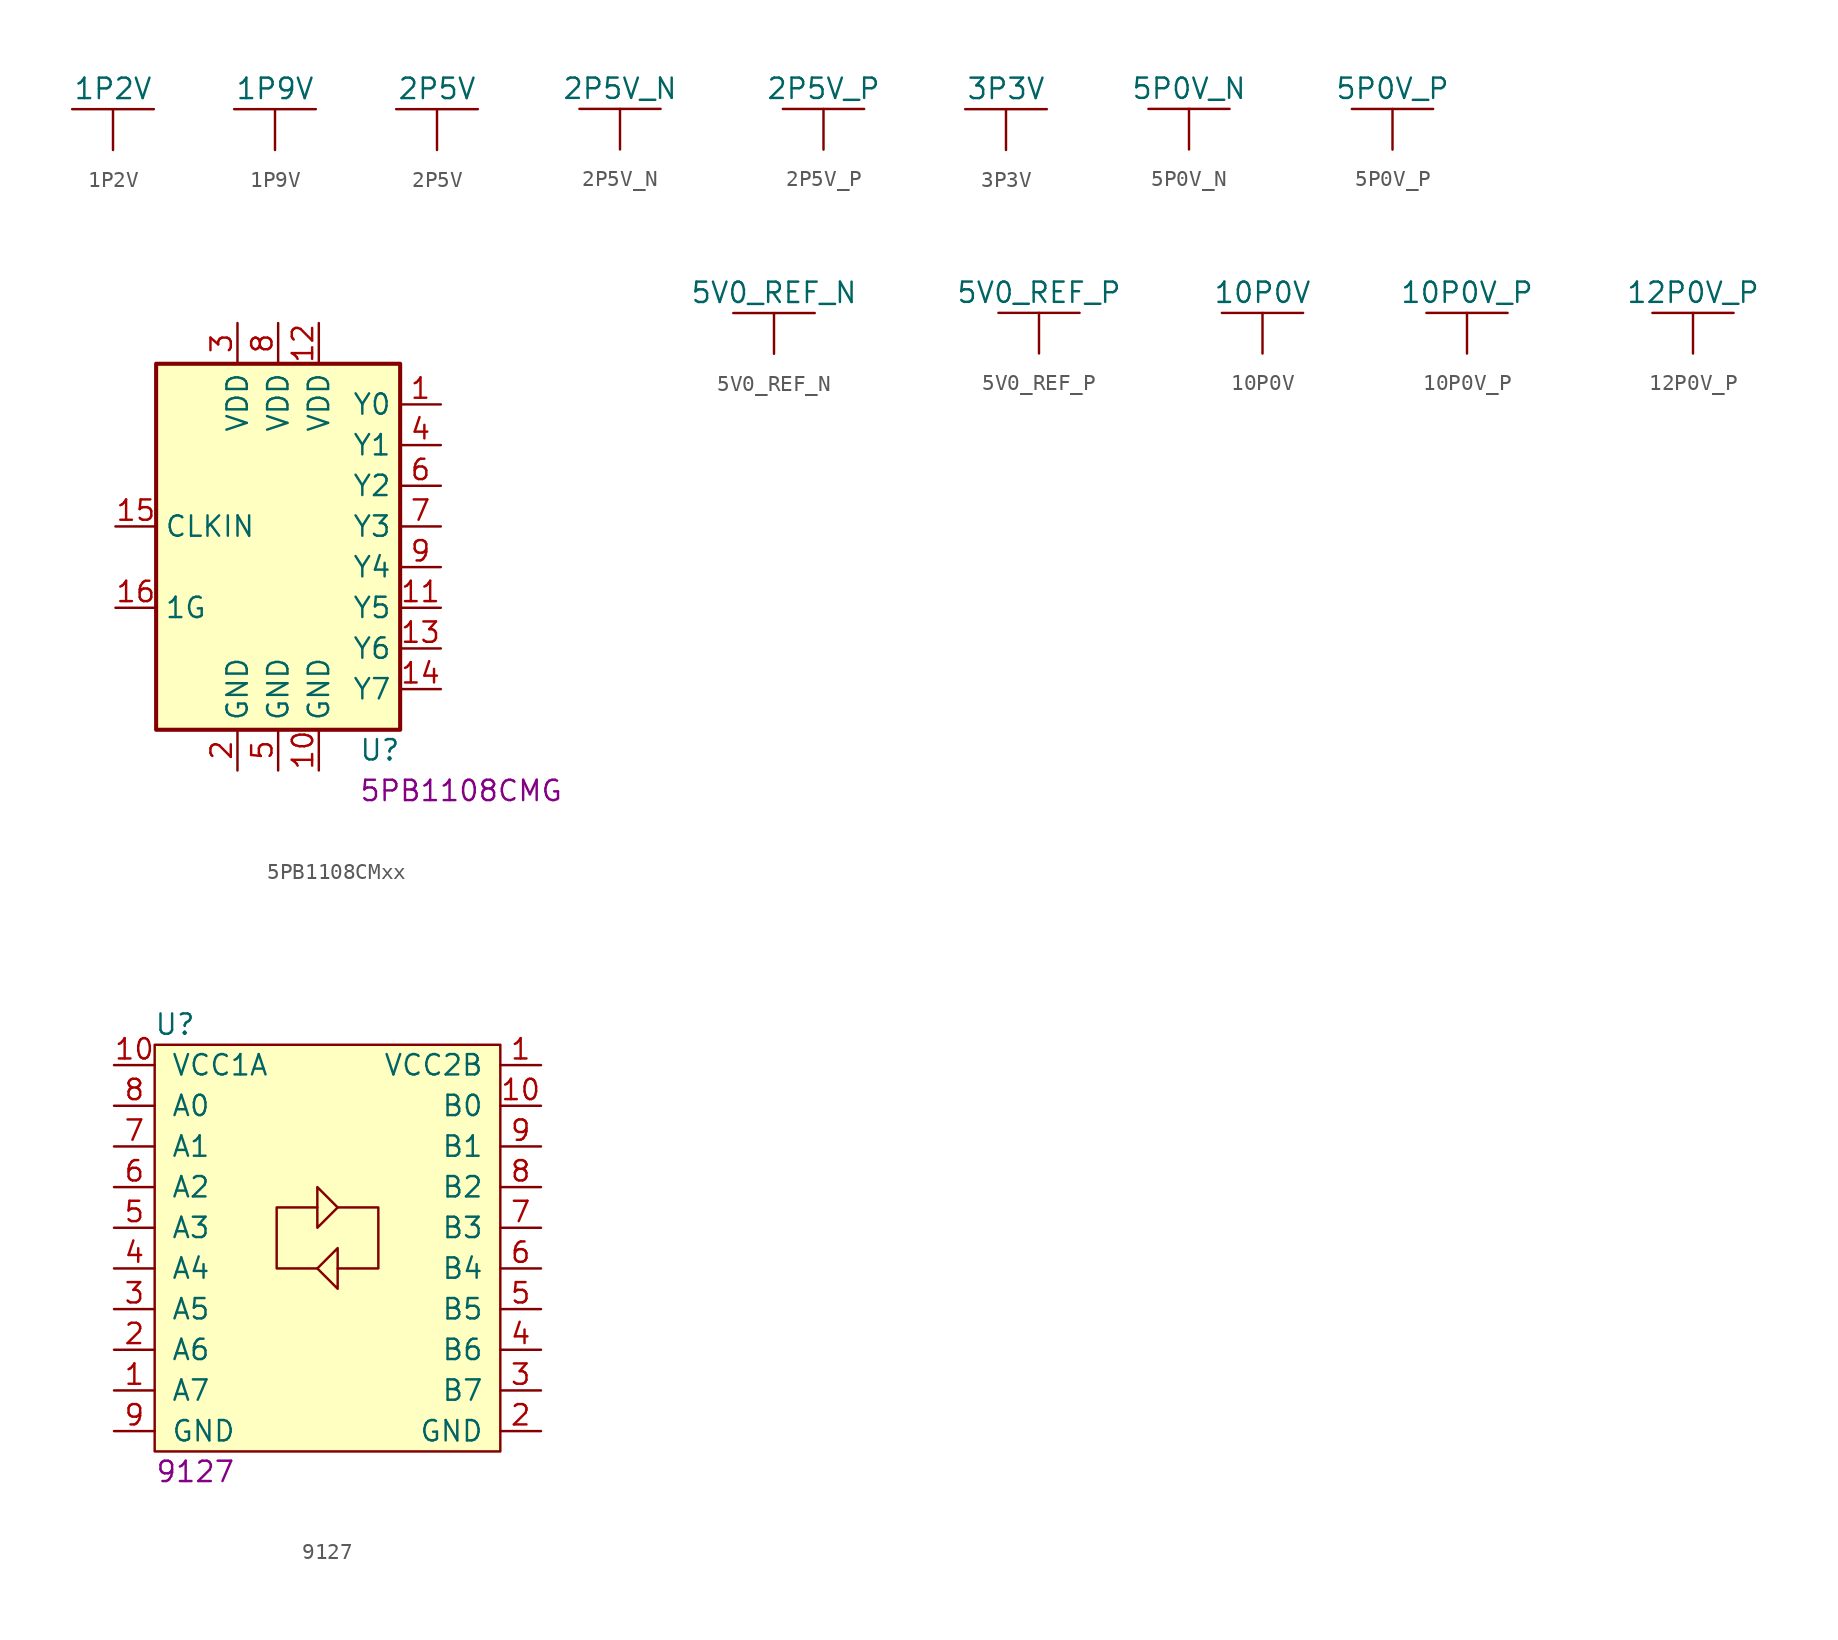
<source format=kicad_sym>
(kicad_symbol_lib
  (version 20220914)
  (generator kicad_symbol_editor)
  (symbol "1P2V"
    (power)
    (pin_numbers hide)
    (pin_names
      (offset 0) hide)
    (property "Reference" "#PWR"
      (at 0 0 0)
      (effects (font (size 1.27 1.27)) hide))
    (property "Value" "1P2V"
      (at 0 3.81 0)
      (effects (font (size 1.27 1.27))))
    (symbol "1P2V_0_1"
      (polyline (pts (xy -2.54 2.54) (xy 2.54 2.54)) (stroke (width 0) (type solid)) (fill (type none))))
    (symbol "1P2V_1_1"
      (pin power_in line (at 0 0 90) (length 2.54) (name "1P2V" (effects (font (size 1.27 1.27)))) (number "1" (effects (font (size 1.27 1.27)))))))
  (symbol "1P9V"
    (power)
    (pin_numbers hide)
    (pin_names
      (offset 0) hide)
    (property "Reference" "#PWR"
      (at 0 0 0)
      (effects (font (size 1.27 1.27)) hide))
    (property "Value" "1P9V"
      (at 0 3.81 0)
      (effects (font (size 1.27 1.27))))
    (symbol "1P9V_0_1"
      (polyline (pts (xy -2.54 2.54) (xy 2.54 2.54)) (stroke (width 0) (type solid)) (fill (type none))))
    (symbol "1P9V_1_1"
      (pin power_in line (at 0 0 90) (length 2.54) (name "1P9V" (effects (font (size 1.27 1.27)))) (number "1" (effects (font (size 1.27 1.27)))))))
  (symbol "2P5V"
    (power)
    (pin_numbers hide)
    (pin_names
      (offset 0) hide)
    (property "Reference" "#PWR"
      (at 0 0 0)
      (effects (font (size 1.27 1.27)) hide))
    (property "Value" "2P5V"
      (at 0 3.81 0)
      (effects (font (size 1.27 1.27))))
    (symbol "2P5V_0_1"
      (polyline (pts (xy -2.54 2.54) (xy 2.54 2.54)) (stroke (width 0) (type solid)) (fill (type none))))
    (symbol "2P5V_1_1"
      (pin power_in line (at 0 0 90) (length 2.54) (name "2P5V" (effects (font (size 1.27 1.27)))) (number "1" (effects (font (size 1.27 1.27)))))))
  (symbol "2P5V_N"
    (power)
    (pin_numbers hide)
    (pin_names
      (offset 0) hide)
    (property "Reference" "#PWR"
      (at 0 0 0)
      (effects (font (size 1.27 1.27)) hide))
    (property "Value" "2P5V_N"
      (at 0 3.81 0)
      (effects (font (size 1.27 1.27))))
    (symbol "2P5V_N_0_1"
      (polyline (pts (xy -2.54 2.54) (xy 2.54 2.54)) (stroke (width 0) (type solid)) (fill (type none))))
    (symbol "2P5V_N_1_1"
      (pin power_in line (at 0 0 90) (length 2.54) (name "2P5V_N" (effects (font (size 1.27 1.27)))) (number "1" (effects (font (size 1.27 1.27)))))))
  (symbol "2P5V_P"
    (power)
    (pin_numbers hide)
    (pin_names
      (offset 0) hide)
    (property "Reference" "#PWR"
      (at 0 0 0)
      (effects (font (size 1.27 1.27)) hide))
    (property "Value" "2P5V_P"
      (at 0 3.81 0)
      (effects (font (size 1.27 1.27))))
    (symbol "2P5V_P_0_1"
      (polyline (pts (xy -2.54 2.54) (xy 2.54 2.54)) (stroke (width 0) (type solid)) (fill (type none))))
    (symbol "2P5V_P_1_1"
      (pin power_in line (at 0 0 90) (length 2.54) (name "2P5V_P" (effects (font (size 1.27 1.27)))) (number "1" (effects (font (size 1.27 1.27)))))))
  (symbol "3P3V"
    (power)
    (pin_numbers hide)
    (pin_names
      (offset 0) hide)
    (property "Reference" "#PWR"
      (at 0 0 0)
      (effects (font (size 1.27 1.27)) hide))
    (property "Value" "3P3V"
      (at 0 3.81 0)
      (effects (font (size 1.27 1.27))))
    (symbol "3P3V_0_1"
      (polyline (pts (xy -2.54 2.54) (xy 2.54 2.54)) (stroke (width 0) (type solid)) (fill (type none))))
    (symbol "3P3V_1_1"
      (pin power_in line (at 0 0 90) (length 2.54) (name "3P3V" (effects (font (size 1.27 1.27)))) (number "1" (effects (font (size 1.27 1.27)))))))
  (symbol "5P0V_N"
    (power)
    (pin_numbers hide)
    (pin_names
      (offset 0) hide)
    (property "Reference" "#PWR"
      (at 0 0 0)
      (effects (font (size 1.27 1.27)) hide))
    (property "Value" "5P0V_N"
      (at 0 3.81 0)
      (effects (font (size 1.27 1.27))))
    (symbol "5P0V_N_0_1"
      (polyline (pts (xy -2.54 2.54) (xy 2.54 2.54)) (stroke (width 0) (type solid)) (fill (type none))))
    (symbol "5P0V_N_1_1"
      (pin power_in line (at 0 0 90) (length 2.54) (name "5P0V_N" (effects (font (size 1.27 1.27)))) (number "1" (effects (font (size 1.27 1.27)))))))
  (symbol "5P0V_P"
    (power)
    (pin_numbers hide)
    (pin_names
      (offset 0) hide)
    (property "Reference" "#PWR"
      (at 0 0 0)
      (effects (font (size 1.27 1.27)) hide))
    (property "Value" "5P0V_P"
      (at 0 3.81 0)
      (effects (font (size 1.27 1.27))))
    (symbol "5P0V_P_0_1"
      (polyline (pts (xy -2.54 2.54) (xy 2.54 2.54)) (stroke (width 0) (type solid)) (fill (type none))))
    (symbol "5P0V_P_1_1"
      (pin power_in line (at 0 0 90) (length 2.54) (name "5P0V_P" (effects (font (size 1.27 1.27)))) (number "1" (effects (font (size 1.27 1.27)))))))
  (symbol "5PB1108CMxx"
    (property "Reference" "U"
      (at 6.35 -11.43 0)
      (effects (font (size 1.27 1.27))))
    (property "manufacturer_part_number" "5PB1108CMG"
      (at 11.43 -13.97 0)
      (effects (font (size 1.27 1.27))))
    (symbol "5PB1108CMxx_0_1"
      (rectangle (start -7.62 12.7) (end 7.62 -10.16) (stroke (width 0.254) (type solid)) (fill (type background))))
    (symbol "5PB1108CMxx_1_1"
      (pin output line (at 10.16 10.16 180) (length 2.54) (name "Y0" (effects (font (size 1.27 1.27)))) (number "1" (effects (font (size 1.27 1.27)))))
      (pin power_in line (at 2.54 -12.7 90) (length 2.54) (name "GND" (effects (font (size 1.27 1.27)))) (number "10" (effects (font (size 1.27 1.27)))))
      (pin output line (at 10.16 -2.54 180) (length 2.54) (name "Y5" (effects (font (size 1.27 1.27)))) (number "11" (effects (font (size 1.27 1.27)))))
      (pin power_in line (at 2.54 15.24 270) (length 2.54) (name "VDD" (effects (font (size 1.27 1.27)))) (number "12" (effects (font (size 1.27 1.27)))))
      (pin output line (at 10.16 -5.08 180) (length 2.54) (name "Y6" (effects (font (size 1.27 1.27)))) (number "13" (effects (font (size 1.27 1.27)))))
      (pin output line (at 10.16 -7.62 180) (length 2.54) (name "Y7" (effects (font (size 1.27 1.27)))) (number "14" (effects (font (size 1.27 1.27)))))
      (pin input line (at -10.16 2.54 0) (length 2.54) (name "CLKIN" (effects (font (size 1.27 1.27)))) (number "15" (effects (font (size 1.27 1.27)))))
      (pin input line (at -10.16 -2.54 0) (length 2.54) (name "1G" (effects (font (size 1.27 1.27)))) (number "16" (effects (font (size 1.27 1.27)))))
      (pin power_in line (at -2.54 -12.7 90) (length 2.54) (name "GND" (effects (font (size 1.27 1.27)))) (number "2" (effects (font (size 1.27 1.27)))))
      (pin power_in line (at -2.54 15.24 270) (length 2.54) (name "VDD" (effects (font (size 1.27 1.27)))) (number "3" (effects (font (size 1.27 1.27)))))
      (pin output line (at 10.16 7.62 180) (length 2.54) (name "Y1" (effects (font (size 1.27 1.27)))) (number "4" (effects (font (size 1.27 1.27)))))
      (pin power_in line (at 0 -12.7 90) (length 2.54) (name "GND" (effects (font (size 1.27 1.27)))) (number "5" (effects (font (size 1.27 1.27)))))
      (pin output line (at 10.16 5.08 180) (length 2.54) (name "Y2" (effects (font (size 1.27 1.27)))) (number "6" (effects (font (size 1.27 1.27)))))
      (pin output line (at 10.16 2.54 180) (length 2.54) (name "Y3" (effects (font (size 1.27 1.27)))) (number "7" (effects (font (size 1.27 1.27)))))
      (pin power_in line (at 0 15.24 270) (length 2.54) (name "VDD" (effects (font (size 1.27 1.27)))) (number "8" (effects (font (size 1.27 1.27)))))
      (pin output line (at 10.16 0 180) (length 2.54) (name "Y4" (effects (font (size 1.27 1.27)))) (number "9" (effects (font (size 1.27 1.27)))))))
  (symbol "5V0_REF_N"
    (power)
    (pin_numbers hide)
    (pin_names
      (offset 0) hide)
    (property "Reference" "#PWR"
      (at 0 0 0)
      (effects (font (size 1.27 1.27)) hide))
    (property "Value" "5V0_REF_N"
      (at 0 3.81 0)
      (effects (font (size 1.27 1.27))))
    (symbol "5V0_REF_N_0_1"
      (polyline (pts (xy -2.54 2.54) (xy 2.54 2.54)) (stroke (width 0) (type solid)) (fill (type none))))
    (symbol "5V0_REF_N_1_1"
      (pin power_in line (at 0 0 90) (length 2.54) (name "5V0_REF_N" (effects (font (size 1.27 1.27)))) (number "1" (effects (font (size 1.27 1.27)))))))
  (symbol "5V0_REF_P"
    (power)
    (pin_numbers hide)
    (pin_names
      (offset 0) hide)
    (property "Reference" "#PWR"
      (at 0 0 0)
      (effects (font (size 1.27 1.27)) hide))
    (property "Value" "5V0_REF_P"
      (at 0 3.81 0)
      (effects (font (size 1.27 1.27))))
    (symbol "5V0_REF_P_0_1"
      (polyline (pts (xy -2.54 2.54) (xy 2.54 2.54)) (stroke (width 0) (type solid)) (fill (type none))))
    (symbol "5V0_REF_P_1_1"
      (pin power_in line (at 0 0 90) (length 2.54) (name "5V0_REF_P" (effects (font (size 1.27 1.27)))) (number "1" (effects (font (size 1.27 1.27)))))))
  (symbol "10P0V"
    (power)
    (pin_numbers hide)
    (pin_names
      (offset 0) hide)
    (property "Reference" "#PWR"
      (at 0 0 0)
      (effects (font (size 1.27 1.27)) hide))
    (property "Value" "10P0V"
      (at 0 3.81 0)
      (effects (font (size 1.27 1.27))))
    (symbol "10P0V_0_1"
      (polyline (pts (xy -2.54 2.54) (xy 2.54 2.54)) (stroke (width 0) (type solid)) (fill (type none))))
    (symbol "10P0V_1_1"
      (pin power_in line (at 0 0 90) (length 2.54) (name "10P0V" (effects (font (size 1.27 1.27)))) (number "1" (effects (font (size 1.27 1.27)))))))
  (symbol "10P0V_P"
    (power)
    (pin_numbers hide)
    (pin_names
      (offset 0) hide)
    (property "Reference" "#PWR"
      (at 0 0 0)
      (effects (font (size 1.27 1.27)) hide))
    (property "Value" "10P0V_P"
      (at 0 3.81 0)
      (effects (font (size 1.27 1.27))))
    (symbol "10P0V_P_0_1"
      (polyline (pts (xy -2.54 2.54) (xy 2.54 2.54)) (stroke (width 0) (type solid)) (fill (type none))))
    (symbol "10P0V_P_1_1"
      (pin power_in line (at 0 0 90) (length 2.54) (name "10P0V_P" (effects (font (size 1.27 1.27)))) (number "1" (effects (font (size 1.27 1.27)))))))
  (symbol "12P0V_P"
    (power)
    (pin_numbers hide)
    (pin_names
      (offset 0) hide)
    (property "Reference" "#PWR"
      (at 0 0 0)
      (effects (font (size 1.27 1.27)) hide))
    (property "Value" "12P0V_P"
      (at 0 3.81 0)
      (effects (font (size 1.27 1.27))))
    (symbol "12P0V_P_0_1"
      (polyline (pts (xy -2.54 2.54) (xy 2.54 2.54)) (stroke (width 0) (type solid)) (fill (type none))))
    (symbol "12P0V_P_1_1"
      (pin power_in line (at 0 0 90) (length 2.54) (name "12P0V_P" (effects (font (size 1.27 1.27)))) (number "1" (effects (font (size 1.27 1.27)))))))
  (symbol "9127"
    (pin_names
      (offset 1.016))
    (property "Reference" "U"
      (at -8.89 12.7 0)
      (effects (font (size 1.27 1.27))))
    (property "manufacturer_part_number" "9127"
      (at -7.62 -15.24 0)
      (effects (font (size 1.27 1.27))))
    (symbol "9127_0_1"
      (rectangle (start -10.16 11.43) (end 11.43 -13.97) (stroke (width 0) (type solid)) (fill (type background)))
      (polyline (pts (xy 0 -2.54) (xy 1.27 -1.27) (xy 1.27 -3.81) (xy 0 -2.54)) (stroke (width 0) (type solid)) (fill (type none)))
      (polyline (pts (xy 0 1.27) (xy -2.54 1.27) (xy -2.54 -2.54) (xy 0 -2.54)) (stroke (width 0) (type solid)) (fill (type none)))
      (polyline (pts (xy 0 2.54) (xy 1.27 1.27) (xy 0 0) (xy 0 2.54)) (stroke (width 0) (type solid)) (fill (type none)))
      (polyline (pts (xy 1.27 1.27) (xy 3.81 1.27) (xy 3.81 -2.54) (xy 1.27 -2.54)) (stroke (width 0) (type solid)) (fill (type none))))
    (symbol "9127_1_1"
      (pin bidirectional line (at -12.7 -10.16 0) (length 2.54) (name "A7" (effects (font (size 1.27 1.27)))) (number "1" (effects (font (size 1.27 1.27)))))
      (pin power_in line (at 13.97 10.16 180) (length 2.54) (name "VCC2B" (effects (font (size 1.27 1.27)))) (number "1" (effects (font (size 1.27 1.27)))))
      (pin bidirectional line (at 13.97 7.62 180) (length 2.54) (name "B0" (effects (font (size 1.27 1.27)))) (number "10" (effects (font (size 1.27 1.27)))))
      (pin power_in line (at -12.7 10.16 0) (length 2.54) (name "VCC1A" (effects (font (size 1.27 1.27)))) (number "10" (effects (font (size 1.27 1.27)))))
      (pin bidirectional line (at -12.7 -7.62 0) (length 2.54) (name "A6" (effects (font (size 1.27 1.27)))) (number "2" (effects (font (size 1.27 1.27)))))
      (pin power_in line (at 13.97 -12.7 180) (length 2.54) (name "GND" (effects (font (size 1.27 1.27)))) (number "2" (effects (font (size 1.27 1.27)))))
      (pin bidirectional line (at -12.7 -5.08 0) (length 2.54) (name "A5" (effects (font (size 1.27 1.27)))) (number "3" (effects (font (size 1.27 1.27)))))
      (pin bidirectional line (at 13.97 -10.16 180) (length 2.54) (name "B7" (effects (font (size 1.27 1.27)))) (number "3" (effects (font (size 1.27 1.27)))))
      (pin bidirectional line (at -12.7 -2.54 0) (length 2.54) (name "A4" (effects (font (size 1.27 1.27)))) (number "4" (effects (font (size 1.27 1.27)))))
      (pin bidirectional line (at 13.97 -7.62 180) (length 2.54) (name "B6" (effects (font (size 1.27 1.27)))) (number "4" (effects (font (size 1.27 1.27)))))
      (pin bidirectional line (at -12.7 0 0) (length 2.54) (name "A3" (effects (font (size 1.27 1.27)))) (number "5" (effects (font (size 1.27 1.27)))))
      (pin bidirectional line (at 13.97 -5.08 180) (length 2.54) (name "B5" (effects (font (size 1.27 1.27)))) (number "5" (effects (font (size 1.27 1.27)))))
      (pin bidirectional line (at -12.7 2.54 0) (length 2.54) (name "A2" (effects (font (size 1.27 1.27)))) (number "6" (effects (font (size 1.27 1.27)))))
      (pin bidirectional line (at 13.97 -2.54 180) (length 2.54) (name "B4" (effects (font (size 1.27 1.27)))) (number "6" (effects (font (size 1.27 1.27)))))
      (pin bidirectional line (at -12.7 5.08 0) (length 2.54) (name "A1" (effects (font (size 1.27 1.27)))) (number "7" (effects (font (size 1.27 1.27)))))
      (pin bidirectional line (at 13.97 0 180) (length 2.54) (name "B3" (effects (font (size 1.27 1.27)))) (number "7" (effects (font (size 1.27 1.27)))))
      (pin bidirectional line (at -12.7 7.62 0) (length 2.54) (name "A0" (effects (font (size 1.27 1.27)))) (number "8" (effects (font (size 1.27 1.27)))))
      (pin bidirectional line (at 13.97 2.54 180) (length 2.54) (name "B2" (effects (font (size 1.27 1.27)))) (number "8" (effects (font (size 1.27 1.27)))))
      (pin bidirectional line (at 13.97 5.08 180) (length 2.54) (name "B1" (effects (font (size 1.27 1.27)))) (number "9" (effects (font (size 1.27 1.27)))))
      (pin power_in line (at -12.7 -12.7 0) (length 2.54) (name "GND" (effects (font (size 1.27 1.27)))) (number "9" (effects (font (size 1.27 1.27))))))))
</source>
